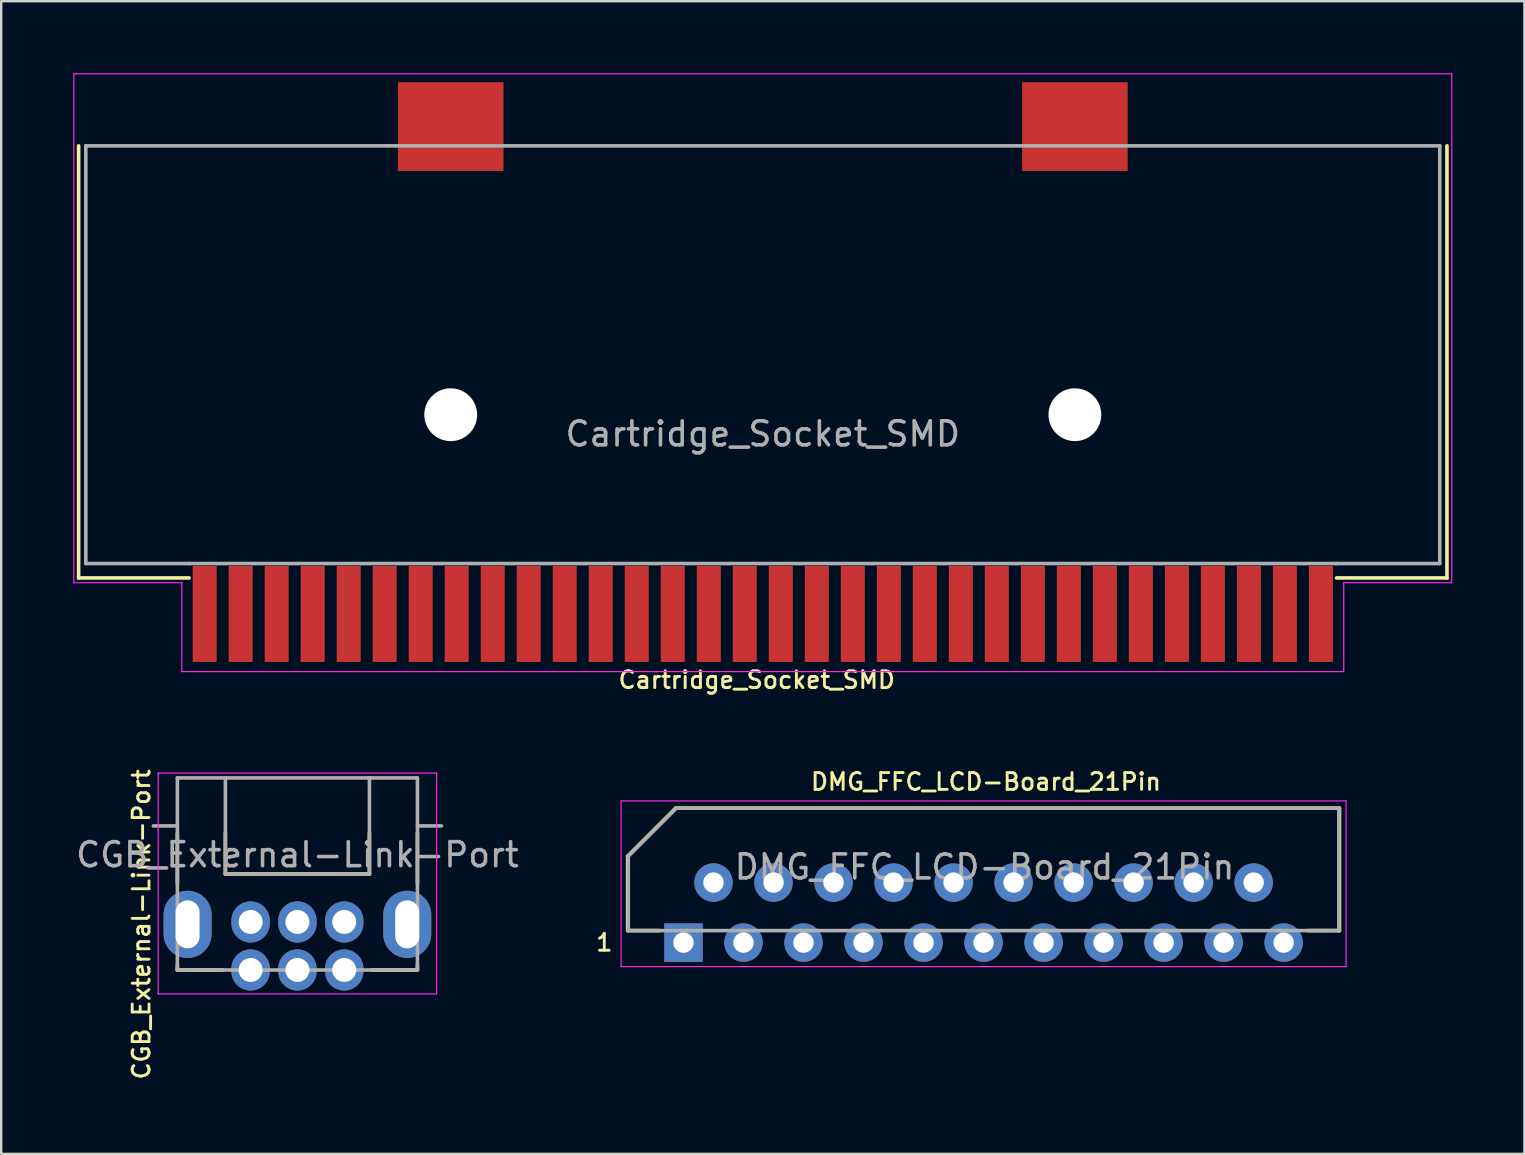
<source format=kicad_pcb>
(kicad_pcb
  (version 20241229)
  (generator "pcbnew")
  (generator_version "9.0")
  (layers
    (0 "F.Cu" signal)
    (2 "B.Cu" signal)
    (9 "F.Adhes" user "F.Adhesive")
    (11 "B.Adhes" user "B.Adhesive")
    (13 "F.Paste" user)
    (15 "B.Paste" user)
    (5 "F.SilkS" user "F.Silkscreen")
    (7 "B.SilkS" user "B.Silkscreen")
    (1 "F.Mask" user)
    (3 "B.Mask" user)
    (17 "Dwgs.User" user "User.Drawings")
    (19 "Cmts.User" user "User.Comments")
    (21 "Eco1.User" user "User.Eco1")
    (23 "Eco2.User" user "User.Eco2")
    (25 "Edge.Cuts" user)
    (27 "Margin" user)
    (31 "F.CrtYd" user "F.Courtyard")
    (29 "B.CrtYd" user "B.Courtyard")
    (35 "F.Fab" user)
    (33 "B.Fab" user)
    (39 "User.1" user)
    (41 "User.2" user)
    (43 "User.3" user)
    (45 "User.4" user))
  (footprint "DMG_FFC_LCD-Board_21Pin"
    (layer "F.Cu")
    (at 25.422 36.215)
    (property "Reference" "DMG_FFC_LCD-Board_21Pin" (at 12.6 -6.7 0) (layer "F.SilkS") (effects (font (size 0.7 0.7) (thickness 0.12))))
    (attr through_hole)
    (fp_line (start -2.325 -0.5) (end -2.325 -3.6) (stroke (width 0.15) (type solid)) (layer "F.SilkS"))
    (fp_line (start -2.325 -0.5) (end -1 -0.5) (stroke (width 0.15) (type solid)) (layer "F.SilkS"))
    (fp_line (start -0.325 -5.6) (end -2.325 -3.6) (stroke (width 0.15) (type solid)) (layer "F.SilkS"))
    (fp_line (start -0.325 -5.6) (end 27.325 -5.6) (stroke (width 0.15) (type solid)) (layer "F.SilkS"))
    (fp_line (start 27.325 -5.6) (end 27.325 -0.5) (stroke (width 0.15) (type solid)) (layer "F.SilkS"))
    (fp_line (start 27.325 -0.5) (end 26 -0.5) (stroke (width 0.15) (type solid)) (layer "F.SilkS"))
    (fp_line (start -2.6 -5.9) (end -2.6 1) (stroke (width 0.05) (type default)) (layer "F.CrtYd"))
    (fp_line (start -2.6 1) (end 27.6 1) (stroke (width 0.05) (type default)) (layer "F.CrtYd"))
    (fp_line (start 27.6 -5.9) (end -2.6 -5.9) (stroke (width 0.05) (type default)) (layer "F.CrtYd"))
    (fp_line (start 27.6 1) (end 27.6 -5.9) (stroke (width 0.05) (type default)) (layer "F.CrtYd"))
    (fp_line (start -2.3 -3.6) (end -0.3 -5.6) (stroke (width 0.15) (type solid)) (layer "F.Fab"))
    (fp_line (start -2.3 -0.5) (end -2.3 -3.6) (stroke (width 0.15) (type solid)) (layer "F.Fab"))
    (fp_line (start -0.3 -5.6) (end 27.3 -5.6) (stroke (width 0.15) (type solid)) (layer "F.Fab"))
    (fp_line (start 27.3 -5.6) (end 27.3 -0.5) (stroke (width 0.15) (type solid)) (layer "F.Fab"))
    (fp_line (start 27.3 -0.5) (end -2.3 -0.5) (stroke (width 0.15) (type solid)) (layer "F.Fab"))
    (fp_text user "1" (at -3.3 0 0) (layer "F.SilkS") (effects (font (size 0.7 0.7) (thickness 0.12))))
    (fp_text user "${REFERENCE}" (at 12.54 -3.15 0) (layer "F.Fab") (effects (font (size 1 1) (thickness 0.15))))
    (pad "1" thru_hole rect (at 0 0) (size 1.6 1.6) (drill 0.85) (layers "*.Cu" "*.Mask"))
    (pad "2" thru_hole circle (at 1.25 -2.5) (size 1.6 1.6) (drill 0.85) (layers "*.Cu" "*.Mask"))
    (pad "3" thru_hole circle (at 2.5 0) (size 1.6 1.6) (drill 0.85) (layers "*.Cu" "*.Mask"))
    (pad "4" thru_hole circle (at 3.75 -2.5) (size 1.6 1.6) (drill 0.85) (layers "*.Cu" "*.Mask"))
    (pad "5" thru_hole circle (at 5 0) (size 1.6 1.6) (drill 0.85) (layers "*.Cu" "*.Mask"))
    (pad "6" thru_hole circle (at 6.25 -2.5) (size 1.6 1.6) (drill 0.85) (layers "*.Cu" "*.Mask"))
    (pad "7" thru_hole circle (at 7.5 0) (size 1.6 1.6) (drill 0.85) (layers "*.Cu" "*.Mask"))
    (pad "8" thru_hole circle (at 8.75 -2.5) (size 1.6 1.6) (drill 0.85) (layers "*.Cu" "*.Mask"))
    (pad "9" thru_hole circle (at 10 0) (size 1.6 1.6) (drill 0.85) (layers "*.Cu" "*.Mask"))
    (pad "10" thru_hole circle (at 11.25 -2.5) (size 1.6 1.6) (drill 0.85) (layers "*.Cu" "*.Mask"))
    (pad "11" thru_hole circle (at 12.5 0) (size 1.6 1.6) (drill 0.85) (layers "*.Cu" "*.Mask"))
    (pad "12" thru_hole circle (at 13.75 -2.5) (size 1.6 1.6) (drill 0.85) (layers "*.Cu" "*.Mask"))
    (pad "13" thru_hole circle (at 15 0) (size 1.6 1.6) (drill 0.85) (layers "*.Cu" "*.Mask"))
    (pad "14" thru_hole circle (at 16.25 -2.5) (size 1.6 1.6) (drill 0.85) (layers "*.Cu" "*.Mask"))
    (pad "15" thru_hole circle (at 17.5 0) (size 1.6 1.6) (drill 0.85) (layers "*.Cu" "*.Mask"))
    (pad "16" thru_hole circle (at 18.75 -2.5) (size 1.6 1.6) (drill 0.85) (layers "*.Cu" "*.Mask"))
    (pad "17" thru_hole circle (at 20 0) (size 1.6 1.6) (drill 0.85) (layers "*.Cu" "*.Mask"))
    (pad "18" thru_hole circle (at 21.25 -2.5) (size 1.6 1.6) (drill 0.85) (layers "*.Cu" "*.Mask"))
    (pad "19" thru_hole circle (at 22.5 0) (size 1.6 1.6) (drill 0.85) (layers "*.Cu" "*.Mask"))
    (pad "20" thru_hole circle (at 23.75 -2.5) (size 1.6 1.6) (drill 0.85) (layers "*.Cu" "*.Mask"))
    (pad "21" thru_hole circle (at 25 0) (size 1.6 1.6) (drill 0.85) (layers "*.Cu" "*.Mask")))
  (footprint "CGB_External-Link-Port"
    (layer "F.Cu")
    (at 9.339 37.355)
    (property "Reference" "CGB_External-Link-Port" (at -6.5 -1.9 90) (layer "F.SilkS") (effects (font (size 0.7 0.7) (thickness 0.12))))
    (attr through_hole)
    (fp_line (start -5 -5.7) (end -5 -3.6) (stroke (width 0.15) (type solid)) (layer "F.SilkS"))
    (fp_line (start -5 -0.2) (end -5 0) (stroke (width 0.15) (type solid)) (layer "F.SilkS"))
    (fp_line (start -5 0) (end -3.1 0) (stroke (width 0.15) (type solid)) (layer "F.SilkS"))
    (fp_line (start -3 -5.7) (end -3 -4) (stroke (width 0.15) (type solid)) (layer "F.SilkS"))
    (fp_line (start -3 -4) (end 3 -4) (stroke (width 0.15) (type solid)) (layer "F.SilkS"))
    (fp_line (start 3 -4) (end 3 -5.7) (stroke (width 0.15) (type solid)) (layer "F.SilkS"))
    (fp_line (start 4.9 0) (end 3.1 0) (stroke (width 0.15) (type solid)) (layer "F.SilkS"))
    (fp_line (start 5 -3.6) (end 5 -5.7) (stroke (width 0.15) (type solid)) (layer "F.SilkS"))
    (fp_line (start 5 0) (end 5 -0.2) (stroke (width 0.15) (type solid)) (layer "F.SilkS"))
    (fp_line (start -5.8 -8.2) (end -5.8 1) (stroke (width 0.05) (type solid)) (layer "F.CrtYd"))
    (fp_line (start -5.8 1) (end 5.8 1) (stroke (width 0.05) (type solid)) (layer "F.CrtYd"))
    (fp_line (start 5.8 -8.2) (end -5.8 -8.2) (stroke (width 0.05) (type default)) (layer "F.CrtYd"))
    (fp_line (start 5.8 -8.2) (end 5.8 1) (stroke (width 0.05) (type solid)) (layer "F.CrtYd"))
    (fp_line (start -5 -8) (end -5 0) (stroke (width 0.15) (type solid)) (layer "F.Fab"))
    (fp_line (start -5 -6) (end -6 -6) (stroke (width 0.15) (type solid)) (layer "F.Fab"))
    (fp_line (start -5 0) (end 5 0) (stroke (width 0.15) (type solid)) (layer "F.Fab"))
    (fp_line (start -3 -4) (end -3 -8) (stroke (width 0.15) (type solid)) (layer "F.Fab"))
    (fp_line (start 3 -8) (end 3 -4) (stroke (width 0.15) (type solid)) (layer "F.Fab"))
    (fp_line (start 3 -4) (end -3 -4) (stroke (width 0.15) (type solid)) (layer "F.Fab"))
    (fp_line (start 5 -8) (end -5 -8) (stroke (width 0.15) (type solid)) (layer "F.Fab"))
    (fp_line (start 5 -8) (end 5 0) (stroke (width 0.15) (type solid)) (layer "F.Fab"))
    (fp_line (start 5 -6) (end 6 -6) (stroke (width 0.15) (type solid)) (layer "F.Fab"))
    (fp_text user "${REFERENCE}" (at 0 -4.8 0) (layer "F.Fab") (effects (font (size 1 1) (thickness 0.15))))
    (pad "1" thru_hole oval (at -1.95 0) (size 1.6 1.715) (drill 1) (layers "*.Cu" "*.Mask"))
    (pad "2" thru_hole oval (at -1.95 -2) (size 1.6 1.715) (drill 1) (layers "*.Cu" "*.Mask"))
    (pad "3" thru_hole oval (at 0 0) (size 1.6 1.715) (drill 1) (layers "*.Cu" "*.Mask"))
    (pad "4" thru_hole oval (at 0 -2) (size 1.6 1.715) (drill 1) (layers "*.Cu" "*.Mask"))
    (pad "5" thru_hole oval (at 1.95 0) (size 1.6 1.715) (drill 1) (layers "*.Cu" "*.Mask"))
    (pad "6" thru_hole oval (at 1.95 -2) (size 1.6 1.715) (drill 1) (layers "*.Cu" "*.Mask"))
    (pad "7" thru_hole oval (at -4.575 -1.9) (size 2 2.8) (drill oval 1 2) (layers "*.Cu" "*.Mask"))
    (pad "7" thru_hole oval (at 4.575 -1.9) (size 2 2.8) (drill oval 1 2) (layers "*.Cu" "*.Mask")))
  (footprint "Cartridge_Socket_SMD"
    (layer "F.Cu")
    (at 28.725 16.025)
    (property "Reference" "Cartridge_Socket_SMD" (at -0.25 9.25 180) (layer "F.SilkS") (effects (font (size 0.7 0.7) (thickness 0.12))))
    (attr smd)
    (fp_line (start -28.5 -13) (end -28.5 5) (stroke (width 0.15) (type solid)) (layer "F.SilkS"))
    (fp_line (start -23.9 5) (end -28.5 5) (stroke (width 0.15) (type solid)) (layer "F.SilkS"))
    (fp_line (start 23.9 5) (end 28.5 5) (stroke (width 0.15) (type solid)) (layer "F.SilkS"))
    (fp_line (start 28.5 5) (end 28.5 -13) (stroke (width 0.15) (type solid)) (layer "F.SilkS"))
    (fp_line (start -28.7 -16) (end 28.7 -16) (stroke (width 0.05) (type default)) (layer "F.CrtYd"))
    (fp_line (start -28.7 5.2) (end -28.7 -16) (stroke (width 0.05) (type default)) (layer "F.CrtYd"))
    (fp_line (start -28.7 5.2) (end -24.2 5.2) (stroke (width 0.05) (type default)) (layer "F.CrtYd"))
    (fp_line (start -24.2 5.2) (end -24.2 8.9) (stroke (width 0.05) (type default)) (layer "F.CrtYd"))
    (fp_line (start -24.2 8.9) (end 24.2 8.9) (stroke (width 0.05) (type default)) (layer "F.CrtYd"))
    (fp_line (start 24.2 5.2) (end 28.7 5.2) (stroke (width 0.05) (type default)) (layer "F.CrtYd"))
    (fp_line (start 24.2 8.9) (end 24.2 5.2) (stroke (width 0.05) (type default)) (layer "F.CrtYd"))
    (fp_line (start 28.7 5.2) (end 28.7 -16) (stroke (width 0.05) (type default)) (layer "F.CrtYd"))
    (fp_line (start -28.2 -13) (end 28.2 -13) (stroke (width 0.15) (type solid)) (layer "F.Fab"))
    (fp_line (start -28.2 4.4) (end -28.2 -13) (stroke (width 0.15) (type solid)) (layer "F.Fab"))
    (fp_line (start -23.9 4.4) (end -28.2 4.4) (stroke (width 0.15) (type solid)) (layer "F.Fab"))
    (fp_line (start -23.9 4.4) (end 23.9 4.4) (stroke (width 0.15) (type solid)) (layer "F.Fab"))
    (fp_line (start 28.2 -13) (end 28.2 4.4) (stroke (width 0.15) (type solid)) (layer "F.Fab"))
    (fp_line (start 28.2 4.4) (end 23.9 4.4) (stroke (width 0.15) (type solid)) (layer "F.Fab"))
    (fp_text user "${REFERENCE}" (at 0 -1 0) (layer "F.Fab") (effects (font (size 1 1) (thickness 0.15))))
    (pad "" np_thru_hole circle (at -13 -1.8) (size 2.2 2.2) (drill 2.2) (layers "*.Cu" "*.Mask"))
    (pad "" np_thru_hole circle (at 13 -1.8) (size 2.2 2.2) (drill 2.2) (layers "*.Cu" "*.Mask"))
    (pad "1" smd rect (at -23.25 6.5) (size 1 4) (layers "F.Cu" "F.Mask"))
    (pad "2" smd rect (at -21.75 6.5) (size 1 4) (layers "F.Cu" "F.Mask"))
    (pad "3" smd rect (at -20.25 6.5) (size 1 4) (layers "F.Cu" "F.Mask"))
    (pad "4" smd rect (at -18.75 6.5) (size 1 4) (layers "F.Cu" "F.Mask"))
    (pad "5" smd rect (at -17.25 6.5) (size 1 4) (layers "F.Cu" "F.Mask"))
    (pad "6" smd rect (at -15.75 6.5) (size 1 4) (layers "F.Cu" "F.Mask"))
    (pad "7" smd rect (at -14.25 6.5) (size 1 4) (layers "F.Cu" "F.Mask"))
    (pad "8" smd rect (at -12.75 6.5) (size 1 4) (layers "F.Cu" "F.Mask"))
    (pad "9" smd rect (at -11.25 6.5) (size 1 4) (layers "F.Cu" "F.Mask"))
    (pad "10" smd rect (at -9.75 6.5) (size 1 4) (layers "F.Cu" "F.Mask"))
    (pad "11" smd rect (at -8.25 6.5) (size 1 4) (layers "F.Cu" "F.Mask"))
    (pad "12" smd rect (at -6.75 6.5) (size 1 4) (layers "F.Cu" "F.Mask"))
    (pad "13" smd rect (at -5.25 6.5) (size 1 4) (layers "F.Cu" "F.Mask"))
    (pad "14" smd rect (at -3.75 6.5) (size 1 4) (layers "F.Cu" "F.Mask"))
    (pad "15" smd rect (at -2.25 6.5) (size 1 4) (layers "F.Cu" "F.Mask"))
    (pad "16" smd rect (at -0.75 6.5) (size 1 4) (layers "F.Cu" "F.Mask"))
    (pad "17" smd rect (at 0.75 6.5) (size 1 4) (layers "F.Cu" "F.Mask"))
    (pad "18" smd rect (at 2.25 6.5) (size 1 4) (layers "F.Cu" "F.Mask"))
    (pad "19" smd rect (at 3.75 6.5) (size 1 4) (layers "F.Cu" "F.Mask"))
    (pad "20" smd rect (at 5.25 6.5) (size 1 4) (layers "F.Cu" "F.Mask"))
    (pad "21" smd rect (at 6.75 6.5) (size 1 4) (layers "F.Cu" "F.Mask"))
    (pad "22" smd rect (at 8.25 6.5) (size 1 4) (layers "F.Cu" "F.Mask"))
    (pad "23" smd rect (at 9.75 6.5) (size 1 4) (layers "F.Cu" "F.Mask"))
    (pad "24" smd rect (at 11.25 6.5) (size 1 4) (layers "F.Cu" "F.Mask"))
    (pad "25" smd rect (at 12.75 6.5) (size 1 4) (layers "F.Cu" "F.Mask"))
    (pad "26" smd rect (at 14.25 6.5) (size 1 4) (layers "F.Cu" "F.Mask"))
    (pad "27" smd rect (at 15.75 6.5) (size 1 4) (layers "F.Cu" "F.Mask"))
    (pad "28" smd rect (at 17.25 6.5) (size 1 4) (layers "F.Cu" "F.Mask"))
    (pad "29" smd rect (at 18.75 6.5) (size 1 4) (layers "F.Cu" "F.Mask"))
    (pad "30" smd rect (at 20.25 6.5) (size 1 4) (layers "F.Cu" "F.Mask"))
    (pad "31" smd rect (at 21.75 6.5) (size 1 4) (layers "F.Cu" "F.Mask"))
    (pad "32" smd rect (at -13 -13.8) (size 4.4 3.7) (layers "F.Cu" "F.Mask"))
    (pad "32" smd rect (at 13 -13.8) (size 4.4 3.7) (layers "F.Cu" "F.Mask"))
    (pad "32" smd rect (at 23.25 6.5) (size 1 4) (layers "F.Cu" "F.Mask")))
  (gr_rect
    (start -3 -3)
    (end 60.45 45.015)
    (stroke (width 0.1) (type default))
    (fill no)
    (layer "Edge.Cuts")))
</source>
